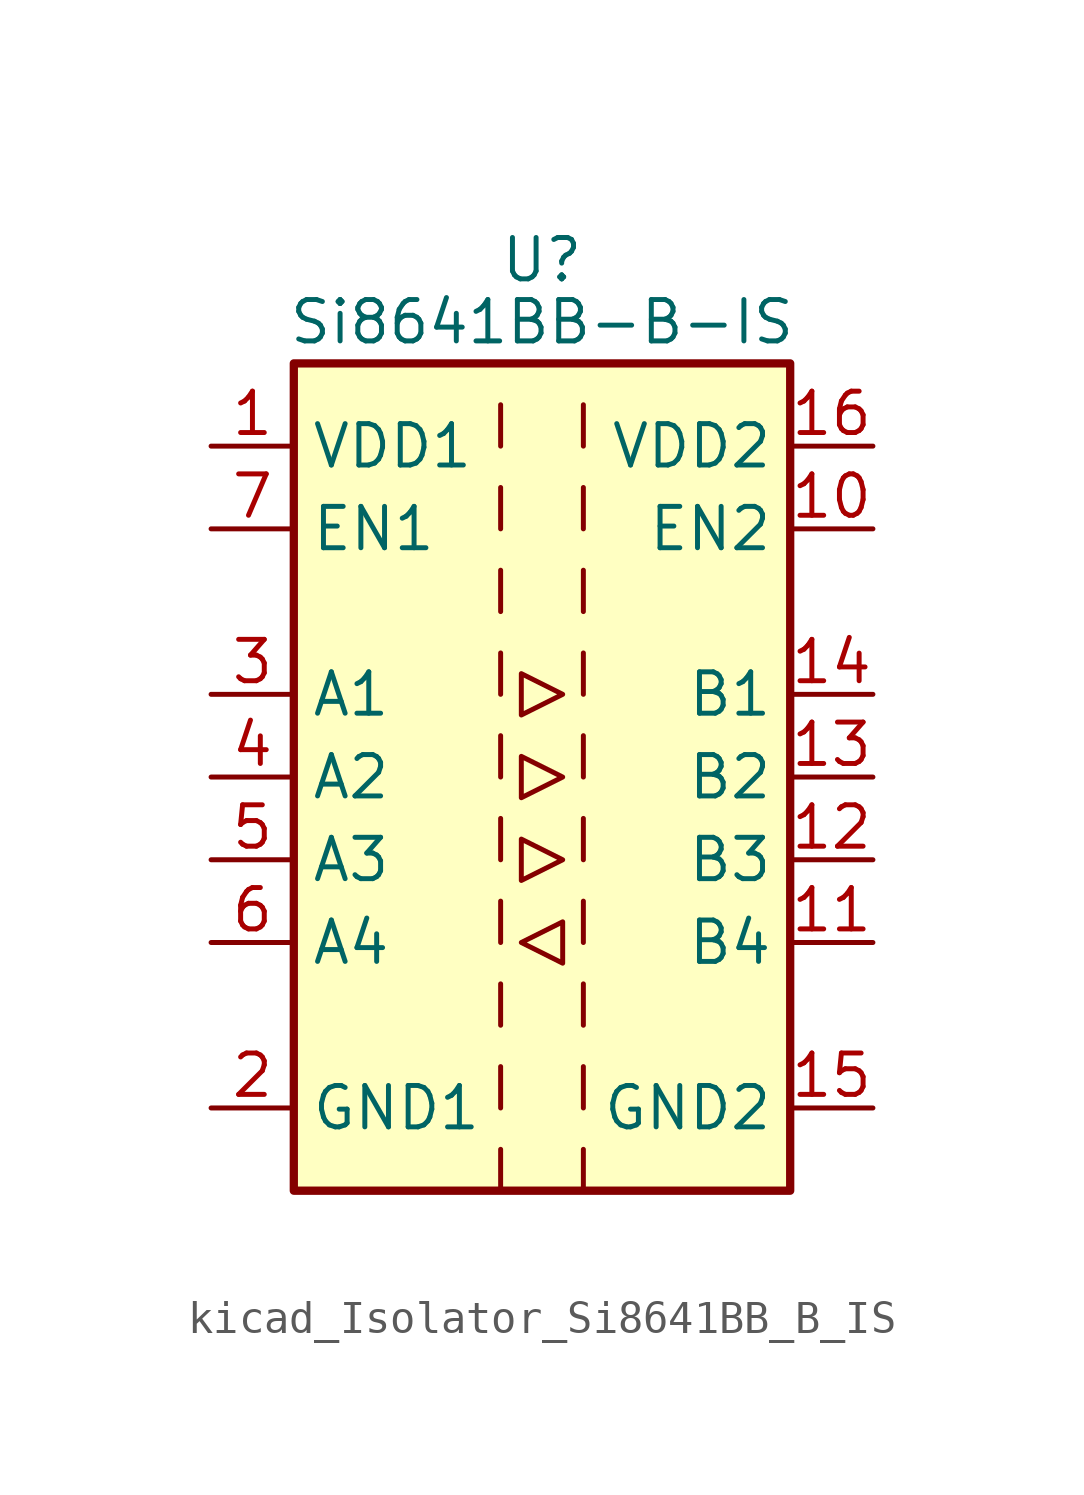
<source format=kicad_sym>
(kicad_symbol_lib
  (version 20220914)
  (generator kicad_symbol_editor)
  (symbol "kicad_Isolator_Si8641BB_B_IS"
    (property "Reference" "U"
      (at 0 15.875 0)
      (effects (font (size 1.27 1.27))))
    (property "Value" "Si8641BB-B-IS"
      (at 0 13.97 0)
      (effects (font (size 1.27 1.27))))
    (symbol "kicad_Isolator_Si8641BB_B_IS_0_1"
      (rectangle (start -7.62 12.7) (end 7.62 -12.7) (stroke (width 0.254) (type default)) (fill (type background)))
      (polyline (pts (xy -1.27 -11.43) (xy -1.27 -12.7)) (stroke (width 0) (type default)) (fill (type none)))
      (polyline (pts (xy -1.27 -8.89) (xy -1.27 -10.16)) (stroke (width 0) (type default)) (fill (type none)))
      (polyline (pts (xy -1.27 -6.35) (xy -1.27 -7.62)) (stroke (width 0) (type default)) (fill (type none)))
      (polyline (pts (xy -1.27 -3.81) (xy -1.27 -5.08)) (stroke (width 0) (type default)) (fill (type none)))
      (polyline (pts (xy -1.27 -1.27) (xy -1.27 -2.54)) (stroke (width 0) (type default)) (fill (type none)))
      (polyline (pts (xy -1.27 1.27) (xy -1.27 0)) (stroke (width 0) (type default)) (fill (type none)))
      (polyline (pts (xy -1.27 3.81) (xy -1.27 2.54)) (stroke (width 0) (type default)) (fill (type none)))
      (polyline (pts (xy -1.27 6.35) (xy -1.27 5.08)) (stroke (width 0) (type default)) (fill (type none)))
      (polyline (pts (xy -1.27 8.89) (xy -1.27 7.62)) (stroke (width 0) (type default)) (fill (type none)))
      (polyline (pts (xy -1.27 11.43) (xy -1.27 10.16)) (stroke (width 0) (type default)) (fill (type none)))
      (polyline (pts (xy 1.27 -11.43) (xy 1.27 -12.7)) (stroke (width 0) (type default)) (fill (type none)))
      (polyline (pts (xy 1.27 -8.89) (xy 1.27 -10.16)) (stroke (width 0) (type default)) (fill (type none)))
      (polyline (pts (xy 1.27 -6.35) (xy 1.27 -7.62)) (stroke (width 0) (type default)) (fill (type none)))
      (polyline (pts (xy 1.27 -3.81) (xy 1.27 -5.08)) (stroke (width 0) (type default)) (fill (type none)))
      (polyline (pts (xy 1.27 -1.27) (xy 1.27 -2.54)) (stroke (width 0) (type default)) (fill (type none)))
      (polyline (pts (xy 1.27 1.27) (xy 1.27 0)) (stroke (width 0) (type default)) (fill (type none)))
      (polyline (pts (xy 1.27 3.81) (xy 1.27 2.54)) (stroke (width 0) (type default)) (fill (type none)))
      (polyline (pts (xy 1.27 6.35) (xy 1.27 5.08)) (stroke (width 0) (type default)) (fill (type none)))
      (polyline (pts (xy 1.27 8.89) (xy 1.27 7.62)) (stroke (width 0) (type default)) (fill (type none)))
      (polyline (pts (xy 1.27 11.43) (xy 1.27 10.16)) (stroke (width 0) (type default)) (fill (type none)))
      (polyline (pts (xy -0.635 -5.08) (xy 0.635 -4.445) (xy 0.635 -5.715) (xy -0.635 -5.08)) (stroke (width 0) (type default)) (fill (type none)))
      (polyline (pts (xy -0.635 0.635) (xy -0.635 -0.635) (xy 0.635 0) (xy -0.635 0.635)) (stroke (width 0) (type default)) (fill (type none)))
      (polyline (pts (xy -0.635 3.175) (xy -0.635 1.905) (xy 0.635 2.54) (xy -0.635 3.175)) (stroke (width 0) (type default)) (fill (type none)))
      (polyline (pts (xy 0.635 -2.54) (xy -0.635 -1.905) (xy -0.635 -3.175) (xy 0.635 -2.54)) (stroke (width 0) (type default)) (fill (type none))))
    (symbol "kicad_Isolator_Si8641BB_B_IS_1_1"
      (pin power_in line (at -10.16 10.16 0) (length 2.54) (name "VDD1" (effects (font (size 1.27 1.27)))) (number "1" (effects (font (size 1.27 1.27)))))
      (pin input line (at 10.16 7.62 180) (length 2.54) (name "EN2" (effects (font (size 1.27 1.27)))) (number "10" (effects (font (size 1.27 1.27)))))
      (pin input line (at 10.16 -5.08 180) (length 2.54) (name "B4" (effects (font (size 1.27 1.27)))) (number "11" (effects (font (size 1.27 1.27)))))
      (pin output line (at 10.16 -2.54 180) (length 2.54) (name "B3" (effects (font (size 1.27 1.27)))) (number "12" (effects (font (size 1.27 1.27)))))
      (pin output line (at 10.16 0 180) (length 2.54) (name "B2" (effects (font (size 1.27 1.27)))) (number "13" (effects (font (size 1.27 1.27)))))
      (pin output line (at 10.16 2.54 180) (length 2.54) (name "B1" (effects (font (size 1.27 1.27)))) (number "14" (effects (font (size 1.27 1.27)))))
      (pin power_in line (at 10.16 -10.16 180) (length 2.54) (name "GND2" (effects (font (size 1.27 1.27)))) (number "15" (effects (font (size 1.27 1.27)))))
      (pin power_in line (at 10.16 10.16 180) (length 2.54) (name "VDD2" (effects (font (size 1.27 1.27)))) (number "16" (effects (font (size 1.27 1.27)))))
      (pin power_in line (at -10.16 -10.16 0) (length 2.54) (name "GND1" (effects (font (size 1.27 1.27)))) (number "2" (effects (font (size 1.27 1.27)))))
      (pin input line (at -10.16 2.54 0) (length 2.54) (name "A1" (effects (font (size 1.27 1.27)))) (number "3" (effects (font (size 1.27 1.27)))))
      (pin input line (at -10.16 0 0) (length 2.54) (name "A2" (effects (font (size 1.27 1.27)))) (number "4" (effects (font (size 1.27 1.27)))))
      (pin input line (at -10.16 -2.54 0) (length 2.54) (name "A3" (effects (font (size 1.27 1.27)))) (number "5" (effects (font (size 1.27 1.27)))))
      (pin output line (at -10.16 -5.08 0) (length 2.54) (name "A4" (effects (font (size 1.27 1.27)))) (number "6" (effects (font (size 1.27 1.27)))))
      (pin input line (at -10.16 7.62 0) (length 2.54) (name "EN1" (effects (font (size 1.27 1.27)))) (number "7" (effects (font (size 1.27 1.27)))))
      (pin passive line (at -10.16 -10.16 0) (length 2.54) hide (name "GND1" (effects (font (size 1.27 1.27)))) (number "8" (effects (font (size 1.27 1.27)))))
      (pin passive line (at 10.16 -10.16 180) (length 2.54) hide (name "GND2" (effects (font (size 1.27 1.27)))) (number "9" (effects (font (size 1.27 1.27))))))))
</source>
